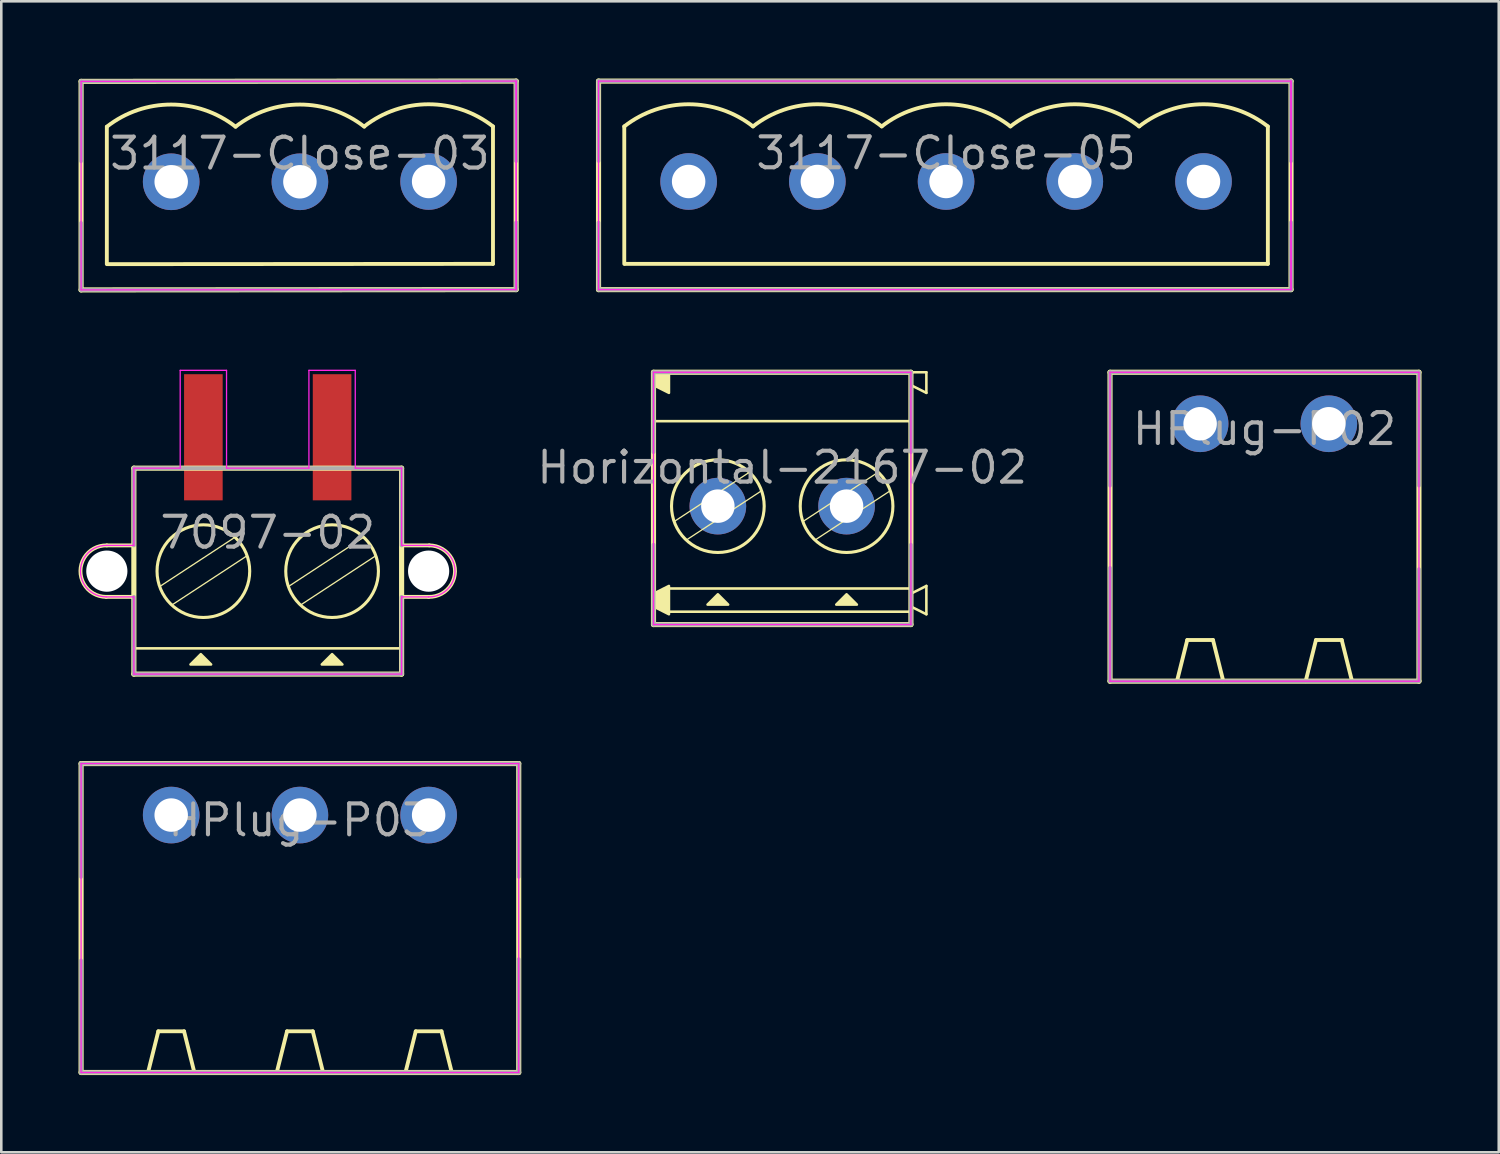
<source format=kicad_pcb>
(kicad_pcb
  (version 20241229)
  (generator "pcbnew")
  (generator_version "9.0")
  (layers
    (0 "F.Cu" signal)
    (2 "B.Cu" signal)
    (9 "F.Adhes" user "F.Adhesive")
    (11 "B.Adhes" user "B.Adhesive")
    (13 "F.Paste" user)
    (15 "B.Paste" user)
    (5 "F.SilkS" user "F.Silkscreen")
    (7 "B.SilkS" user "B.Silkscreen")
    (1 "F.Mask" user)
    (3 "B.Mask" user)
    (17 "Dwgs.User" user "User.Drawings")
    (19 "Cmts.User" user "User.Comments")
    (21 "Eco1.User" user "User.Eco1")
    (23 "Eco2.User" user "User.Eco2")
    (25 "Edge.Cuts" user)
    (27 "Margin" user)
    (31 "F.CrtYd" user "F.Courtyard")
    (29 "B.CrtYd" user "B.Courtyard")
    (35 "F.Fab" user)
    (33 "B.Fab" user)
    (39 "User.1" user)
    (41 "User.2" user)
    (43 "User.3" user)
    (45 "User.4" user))
  (footprint "3117-Close-03"
    (layer "F.Cu")
    (at 8.6 4.011)
    (property "Reference" "3117-Close-03" (at 0 -1.1 180) (layer "F.Fab") (effects (font (size 1.2 1.2) (thickness 0.16))))
    (attr through_hole)
    (fp_line (start -8.5 -3.9) (end 8.4 -3.911) (stroke (width 0.2) (type solid)) (layer "F.SilkS"))
    (fp_line (start -8.5 4.2) (end -8.5 -3.9) (stroke (width 0.2) (type solid)) (layer "F.SilkS"))
    (fp_line (start -8.5 4.2) (end 8.4 4.189) (stroke (width 0.2) (type solid)) (layer "F.SilkS"))
    (fp_line (start -7.5 3.2) (end -7.5 -2.139) (stroke (width 0.15) (type solid)) (layer "F.SilkS"))
    (fp_line (start 7.5 3.189) (end -7.47 3.2) (stroke (width 0.15) (type solid)) (layer "F.SilkS"))
    (fp_line (start 7.5 3.189) (end 7.5 -2.15) (stroke (width 0.15) (type solid)) (layer "F.SilkS"))
    (fp_line (start 8.4 4.189) (end 8.4 -3.911) (stroke (width 0.2) (type solid)) (layer "F.SilkS"))
    (fp_arc (start -7.5 -2.139212) (mid -5 -3) (end -2.5 -2.139212) (stroke (width 0.15) (type default)) (layer "F.SilkS"))
    (fp_arc (start -2.5 -2.139212) (mid 0 -3) (end 2.5 -2.139212) (stroke (width 0.15) (type default)) (layer "F.SilkS"))
    (fp_arc (start 2.5 -2.15) (mid 5 -3.010788) (end 7.5 -2.15) (stroke (width 0.15) (type default)) (layer "F.SilkS"))
    (fp_line (start -8.5 -3.9) (end -8.5 4.2) (stroke (width 0.05) (type solid)) (layer "F.CrtYd"))
    (fp_line (start -8.5 -3.9) (end 8.4 -3.911) (stroke (width 0.05) (type solid)) (layer "F.CrtYd"))
    (fp_line (start -8.5 4.2) (end 8.4 4.189) (stroke (width 0.05) (type solid)) (layer "F.CrtYd"))
    (fp_line (start 8.4 -3.911) (end 8.4 4.189) (stroke (width 0.05) (type solid)) (layer "F.CrtYd"))
    (fp_line (start 8.4 -3.911) (end 8.4 4.189) (stroke (width 0.05) (type solid)) (layer "F.CrtYd"))
    (fp_line (start -8.5 -3.9) (end -8.5 -0.8) (stroke (width 0.15) (type solid)) (layer "F.Fab"))
    (fp_line (start -8.5 -3.9) (end 8.4 -3.911) (stroke (width 0.15) (type solid)) (layer "F.Fab"))
    (fp_line (start -8.5 1.6) (end -8.5 4.2) (stroke (width 0.15) (type solid)) (layer "F.Fab"))
    (fp_line (start -8.5 4.2) (end 8.4 4.189) (stroke (width 0.15) (type solid)) (layer "F.Fab"))
    (fp_line (start 8.4 -3.911) (end 8.4 -0.811) (stroke (width 0.15) (type solid)) (layer "F.Fab"))
    (fp_line (start 8.4 -3.911) (end 8.4 -0.811) (stroke (width 0.15) (type solid)) (layer "F.Fab"))
    (fp_line (start 8.4 1.589) (end 8.4 4.189) (stroke (width 0.15) (type solid)) (layer "F.Fab"))
    (fp_line (start 8.4 1.589) (end 8.4 4.189) (stroke (width 0.15) (type solid)) (layer "F.Fab"))
    (pad "1" thru_hole circle (at -5 0) (size 2.2 2.2) (drill 1.3) (layers "*.Cu" "*.Mask"))
    (pad "2" thru_hole circle (at 0 0) (size 2.2 2.2) (drill 1.3) (layers "*.Cu" "*.Mask"))
    (pad "3" thru_hole circle (at 5 -0.011) (size 2.2 2.2) (drill 1.3) (layers "*.Cu" "*.Mask")))
  (footprint "HPlug-P02"
    (layer "F.Cu")
    (at 46.069 13.411)
    (property "Reference" "HPlug-P02" (at 0 0.2 180) (layer "F.Fab") (effects (font (size 1.2 1.2) (thickness 0.16))))
    (attr through_hole)
    (fp_line (start -6 10) (end -6 -2) (stroke (width 0.2) (type solid)) (layer "F.SilkS"))
    (fp_line (start -6 10) (end 6 10) (stroke (width 0.2) (type solid)) (layer "F.SilkS"))
    (fp_line (start -3 8.4) (end -3.4 10) (stroke (width 0.15) (type solid)) (layer "F.SilkS"))
    (fp_line (start -3 8.4) (end -2 8.4) (stroke (width 0.15) (type solid)) (layer "F.SilkS"))
    (fp_line (start -2 8.4) (end -1.6 10) (stroke (width 0.15) (type solid)) (layer "F.SilkS"))
    (fp_line (start 2 8.4) (end 1.6 10) (stroke (width 0.15) (type solid)) (layer "F.SilkS"))
    (fp_line (start 2 8.4) (end 3 8.4) (stroke (width 0.15) (type solid)) (layer "F.SilkS"))
    (fp_line (start 3 8.4) (end 3.4 10) (stroke (width 0.15) (type solid)) (layer "F.SilkS"))
    (fp_line (start 6 -2) (end -6 -2) (stroke (width 0.2) (type solid)) (layer "F.SilkS"))
    (fp_line (start 6 10) (end 6 -2) (stroke (width 0.2) (type solid)) (layer "F.SilkS"))
    (fp_line (start -6 -2) (end -6 10) (stroke (width 0.05) (type solid)) (layer "F.CrtYd"))
    (fp_line (start -6 -2) (end 6 -2) (stroke (width 0.05) (type solid)) (layer "F.CrtYd"))
    (fp_line (start -6 10) (end 6 10) (stroke (width 0.05) (type solid)) (layer "F.CrtYd"))
    (fp_line (start 6 -2) (end 6 10) (stroke (width 0.05) (type solid)) (layer "F.CrtYd"))
    (fp_line (start -6 -2) (end -6 2.4) (stroke (width 0.15) (type solid)) (layer "F.Fab"))
    (fp_line (start -6 -2) (end 6 -2) (stroke (width 0.15) (type solid)) (layer "F.Fab"))
    (fp_line (start -6 5.6) (end -6 10) (stroke (width 0.15) (type solid)) (layer "F.Fab"))
    (fp_line (start -6 10) (end 6 10) (stroke (width 0.15) (type solid)) (layer "F.Fab"))
    (fp_line (start 6 -2) (end 6 2.4) (stroke (width 0.15) (type solid)) (layer "F.Fab"))
    (fp_line (start 6 5.65) (end 6 10) (stroke (width 0.15) (type solid)) (layer "F.Fab"))
    (pad "1" thru_hole circle (at -2.5 0) (size 2.2 2.2) (drill 1.3) (layers "*.Cu" "*.Mask"))
    (pad "2" thru_hole circle (at 2.5 0) (size 2.2 2.2) (drill 1.3) (layers "*.Cu" "*.Mask")))
  (footprint "HPlug-P03"
    (layer "F.Cu")
    (at 8.6 28.611)
    (property "Reference" "HPlug-P03" (at 0 0.2 180) (layer "F.Fab") (effects (font (size 1.2 1.2) (thickness 0.16))))
    (attr through_hole)
    (fp_line (start -8.5 10) (end -8.5 -2) (stroke (width 0.2) (type solid)) (layer "F.SilkS"))
    (fp_line (start -8.5 10) (end 8.5 10) (stroke (width 0.2) (type solid)) (layer "F.SilkS"))
    (fp_line (start -5.5 8.4) (end -5.9 10) (stroke (width 0.15) (type solid)) (layer "F.SilkS"))
    (fp_line (start -5.5 8.4) (end -4.5 8.4) (stroke (width 0.15) (type solid)) (layer "F.SilkS"))
    (fp_line (start -4.5 8.4) (end -4.1 10) (stroke (width 0.15) (type solid)) (layer "F.SilkS"))
    (fp_line (start -0.5 8.4) (end -0.9 10) (stroke (width 0.15) (type solid)) (layer "F.SilkS"))
    (fp_line (start -0.5 8.4) (end 0.5 8.4) (stroke (width 0.15) (type solid)) (layer "F.SilkS"))
    (fp_line (start 0.5 8.4) (end 0.9 10) (stroke (width 0.15) (type solid)) (layer "F.SilkS"))
    (fp_line (start 4.5 8.4) (end 4.1 10) (stroke (width 0.15) (type solid)) (layer "F.SilkS"))
    (fp_line (start 4.5 8.4) (end 5.5 8.4) (stroke (width 0.15) (type solid)) (layer "F.SilkS"))
    (fp_line (start 5.5 8.4) (end 5.9 10) (stroke (width 0.15) (type solid)) (layer "F.SilkS"))
    (fp_line (start 8.5 -2) (end -8.5 -2) (stroke (width 0.2) (type solid)) (layer "F.SilkS"))
    (fp_line (start 8.5 10) (end 8.5 -2) (stroke (width 0.2) (type solid)) (layer "F.SilkS"))
    (fp_line (start -8.5 -2) (end -8.5 10) (stroke (width 0.05) (type solid)) (layer "F.CrtYd"))
    (fp_line (start -8.5 -2) (end 8.5 -2) (stroke (width 0.05) (type solid)) (layer "F.CrtYd"))
    (fp_line (start -8.5 10) (end 8.5 10) (stroke (width 0.05) (type solid)) (layer "F.CrtYd"))
    (fp_line (start 8.5 -2) (end 8.5 10) (stroke (width 0.05) (type solid)) (layer "F.CrtYd"))
    (fp_line (start -8.5 -2) (end -8.5 2.4) (stroke (width 0.15) (type solid)) (layer "F.Fab"))
    (fp_line (start -8.5 -2) (end 8.5 -2) (stroke (width 0.15) (type solid)) (layer "F.Fab"))
    (fp_line (start -8.5 5.65) (end -8.5 10) (stroke (width 0.15) (type solid)) (layer "F.Fab"))
    (fp_line (start -8.5 10) (end 8.5 10) (stroke (width 0.15) (type solid)) (layer "F.Fab"))
    (fp_line (start 8.5 -2) (end 8.5 2.4) (stroke (width 0.15) (type solid)) (layer "F.Fab"))
    (fp_line (start 8.5 5.6) (end 8.5 10) (stroke (width 0.15) (type solid)) (layer "F.Fab"))
    (pad "1" thru_hole circle (at -5 0) (size 2.2 2.2) (drill 1.3) (layers "*.Cu" "*.Mask"))
    (pad "2" thru_hole circle (at 0 0) (size 2.2 2.2) (drill 1.3) (layers "*.Cu" "*.Mask"))
    (pad "3" thru_hole circle (at 5 0) (size 2.2 2.2) (drill 1.3) (layers "*.Cu" "*.Mask")))
  (footprint "3117-Close-05"
    (layer "F.Cu")
    (at 33.7 4)
    (property "Reference" "3117-Close-05" (at 0 -1.1 180) (layer "F.Fab") (effects (font (size 1.2 1.2) (thickness 0.16))))
    (attr through_hole)
    (fp_line (start -13.5 -3.9) (end 13.4 -3.9) (stroke (width 0.2) (type solid)) (layer "F.SilkS"))
    (fp_line (start -13.5 4.2) (end -13.5 -3.9) (stroke (width 0.2) (type solid)) (layer "F.SilkS"))
    (fp_line (start -13.5 4.2) (end 13.4 4.2) (stroke (width 0.2) (type solid)) (layer "F.SilkS"))
    (fp_line (start -12.5 3.2) (end -12.5 -2.139) (stroke (width 0.15) (type solid)) (layer "F.SilkS"))
    (fp_line (start 12.5 3.2) (end -12.47 3.2) (stroke (width 0.15) (type solid)) (layer "F.SilkS"))
    (fp_line (start 12.5 3.2) (end 12.5 -2.139) (stroke (width 0.15) (type solid)) (layer "F.SilkS"))
    (fp_line (start 13.4 4.2) (end 13.4 -3.9) (stroke (width 0.2) (type solid)) (layer "F.SilkS"))
    (fp_arc (start -12.5 -2.139212) (mid -10 -3) (end -7.5 -2.139212) (stroke (width 0.15) (type default)) (layer "F.SilkS"))
    (fp_arc (start -7.5 -2.139212) (mid -5 -3) (end -2.5 -2.139212) (stroke (width 0.15) (type default)) (layer "F.SilkS"))
    (fp_arc (start -2.5 -2.139212) (mid 0 -3) (end 2.5 -2.139212) (stroke (width 0.15) (type default)) (layer "F.SilkS"))
    (fp_arc (start 2.5 -2.139212) (mid 5 -3) (end 7.5 -2.139212) (stroke (width 0.15) (type default)) (layer "F.SilkS"))
    (fp_arc (start 7.5 -2.139212) (mid 10 -3) (end 12.5 -2.139212) (stroke (width 0.15) (type default)) (layer "F.SilkS"))
    (fp_line (start -13.5 -3.9) (end -13.5 4.2) (stroke (width 0.05) (type solid)) (layer "F.CrtYd"))
    (fp_line (start -13.5 -3.9) (end 13.4 -3.9) (stroke (width 0.05) (type solid)) (layer "F.CrtYd"))
    (fp_line (start -13.5 4.2) (end 13.4 4.2) (stroke (width 0.05) (type solid)) (layer "F.CrtYd"))
    (fp_line (start 13.4 -3.9) (end 13.4 4.2) (stroke (width 0.05) (type solid)) (layer "F.CrtYd"))
    (fp_line (start 13.4 -3.9) (end 13.4 4.2) (stroke (width 0.05) (type solid)) (layer "F.CrtYd"))
    (fp_line (start -13.5 -3.9) (end -13.5 -0.8) (stroke (width 0.15) (type solid)) (layer "F.Fab"))
    (fp_line (start -13.5 -3.9) (end 13.4 -3.9) (stroke (width 0.15) (type solid)) (layer "F.Fab"))
    (fp_line (start -13.5 1.6) (end -13.5 4.2) (stroke (width 0.15) (type solid)) (layer "F.Fab"))
    (fp_line (start -13.5 4.2) (end 13.4 4.2) (stroke (width 0.15) (type solid)) (layer "F.Fab"))
    (fp_line (start 13.4 -3.9) (end 13.4 -0.8) (stroke (width 0.15) (type solid)) (layer "F.Fab"))
    (fp_line (start 13.4 -3.9) (end 13.4 -0.8) (stroke (width 0.15) (type solid)) (layer "F.Fab"))
    (fp_line (start 13.4 1.6) (end 13.4 4.2) (stroke (width 0.15) (type solid)) (layer "F.Fab"))
    (fp_line (start 13.4 1.6) (end 13.4 4.2) (stroke (width 0.15) (type solid)) (layer "F.Fab"))
    (pad "1" thru_hole circle (at -10 0) (size 2.2 2.2) (drill 1.3) (layers "*.Cu" "*.Mask"))
    (pad "2" thru_hole circle (at -5 0) (size 2.2 2.2) (drill 1.3) (layers "*.Cu" "*.Mask"))
    (pad "3" thru_hole circle (at 0 0) (size 2.2 2.2) (drill 1.3) (layers "*.Cu" "*.Mask"))
    (pad "4" thru_hole circle (at 5 0) (size 2.2 2.2) (drill 1.3) (layers "*.Cu" "*.Mask"))
    (pad "5" thru_hole circle (at 10 0) (size 2.2 2.2) (drill 1.3) (layers "*.Cu" "*.Mask")))
  (footprint "Horizontal-2167-02"
    (layer "F.Cu")
    (at 27.335 16.611)
    (property "Reference" "Horizontal-2167-02" (at 0 -1.5 180) (layer "F.Fab") (effects (font (size 1.2 1.2) (thickness 0.16))))
    (attr through_hole)
    (fp_line (start -5 -5.2) (end -5 4.6) (stroke (width 0.2) (type solid)) (layer "F.SilkS"))
    (fp_line (start -5 -5.2) (end 5 -5.2) (stroke (width 0.2) (type solid)) (layer "F.SilkS"))
    (fp_line (start -5 -3.3) (end 5 -3.3) (stroke (width 0.1) (type solid)) (layer "F.SilkS"))
    (fp_line (start -5 4.6) (end 5 4.6) (stroke (width 0.2) (type solid)) (layer "F.SilkS"))
    (fp_line (start -4.2 0.6) (end -1.3 -1.3) (stroke (width 0.05) (type solid)) (layer "F.SilkS"))
    (fp_line (start -3.7 1.3) (end -0.8 -0.6) (stroke (width 0.05) (type solid)) (layer "F.SilkS"))
    (fp_line (start 0.8 0.6) (end 3.7 -1.3) (stroke (width 0.05) (type solid)) (layer "F.SilkS"))
    (fp_line (start 1.3 1.3) (end 4.2 -0.6) (stroke (width 0.05) (type solid)) (layer "F.SilkS"))
    (fp_line (start 5 -5.2) (end 5 4.6) (stroke (width 0.2) (type solid)) (layer "F.SilkS"))
    (fp_line (start 5 -4.7) (end 5.6 -4.4) (stroke (width 0.1) (type solid)) (layer "F.SilkS"))
    (fp_line (start 5 3.2) (end -4.4 3.2) (stroke (width 0.1) (type solid)) (layer "F.SilkS"))
    (fp_line (start 5 3.9) (end 5.6 4.2) (stroke (width 0.1) (type solid)) (layer "F.SilkS"))
    (fp_line (start 5 4.1) (end -4.4 4.1) (stroke (width 0.1) (type solid)) (layer "F.SilkS"))
    (fp_line (start 5.6 -5.2) (end 5 -5.2) (stroke (width 0.1) (type solid)) (layer "F.SilkS"))
    (fp_line (start 5.6 -4.4) (end 5.6 -5.2) (stroke (width 0.1) (type solid)) (layer "F.SilkS"))
    (fp_line (start 5.6 3.1) (end 5 3.4) (stroke (width 0.1) (type solid)) (layer "F.SilkS"))
    (fp_line (start 5.6 4.2) (end 5.6 3.1) (stroke (width 0.1) (type solid)) (layer "F.SilkS"))
    (fp_circle (center -2.5 0) (end -0.7 0) (stroke (width 0.12) (type solid)) (fill no) (layer "F.SilkS"))
    (fp_circle (center 2.5 0) (end 4.3 0) (stroke (width 0.12) (type solid)) (fill no) (layer "F.SilkS"))
    (fp_poly (pts (xy -2.1 3.825) (xy -2.9 3.825) (xy -2.5 3.425)) (stroke (width 0.1) (type solid)) (fill yes) (layer "F.SilkS"))
    (fp_poly (pts (xy 2.9 3.825) (xy 2.1 3.825) (xy 2.5 3.425)) (stroke (width 0.1) (type solid)) (fill yes) (layer "F.SilkS"))
    (fp_poly (pts (xy -4.4 -4.4) (xy -5 -4.7) (xy -5 -5.2) (xy -4.4 -5.2)) (stroke (width 0.1) (type solid)) (fill yes) (layer "F.SilkS"))
    (fp_poly (pts (xy -4.4 4.2) (xy -5 3.9) (xy -5 3.4) (xy -4.4 3.1)) (stroke (width 0.1) (type solid)) (fill yes) (layer "F.SilkS"))
    (fp_line (start -5 -5.2) (end -5 4.6) (stroke (width 0.05) (type solid)) (layer "F.CrtYd"))
    (fp_line (start -5 -5.2) (end 5 -5.2) (stroke (width 0.05) (type solid)) (layer "F.CrtYd"))
    (fp_line (start -5 4.6) (end 5 4.6) (stroke (width 0.05) (type solid)) (layer "F.CrtYd"))
    (fp_line (start 5 -5.2) (end 5 4.6) (stroke (width 0.05) (type solid)) (layer "F.CrtYd"))
    (fp_line (start -5 -5.2) (end -5 -2.1) (stroke (width 0.15) (type solid)) (layer "F.Fab"))
    (fp_line (start -5 -5.2) (end 5 -5.2) (stroke (width 0.15) (type solid)) (layer "F.Fab"))
    (fp_line (start -5 1.5) (end -5 4.6) (stroke (width 0.15) (type solid)) (layer "F.Fab"))
    (fp_line (start -5 4.6) (end 5 4.6) (stroke (width 0.15) (type solid)) (layer "F.Fab"))
    (fp_line (start 5 -5.2) (end 5 -2.1) (stroke (width 0.15) (type solid)) (layer "F.Fab"))
    (fp_line (start 5 1.5) (end 5 4.6) (stroke (width 0.15) (type solid)) (layer "F.Fab"))
    (pad "1" thru_hole circle (at -2.5 0) (size 2.2 2.2) (drill 1.3) (layers "*.Cu" "*.Mask"))
    (pad "2" thru_hole circle (at 2.5 0) (size 2.2 2.2) (drill 1.3) (layers "*.Cu" "*.Mask")))
  (footprint "7097-02"
    (layer "F.Cu")
    (at 7.35 19.136)
    (property "Reference" "7097-02" (at 0 -1.5 180) (layer "F.Fab") (effects (font (size 1.2 1.2) (thickness 0.16))))
    (attr through_hole)
    (fp_line (start -6.275 1) (end -5.2 1) (stroke (width 0.15) (type solid)) (layer "F.SilkS"))
    (fp_line (start -6.25 -1) (end -5.2 -1) (stroke (width 0.15) (type solid)) (layer "F.SilkS"))
    (fp_line (start -5.2 -4) (end -5.2 4) (stroke (width 0.2) (type solid)) (layer "F.SilkS"))
    (fp_line (start -5.2 -4) (end 5.2 -4) (stroke (width 0.2) (type solid)) (layer "F.SilkS"))
    (fp_line (start -5.2 4) (end 5.2 4) (stroke (width 0.2) (type solid)) (layer "F.SilkS"))
    (fp_line (start -4.2 0.6) (end -1.3 -1.3) (stroke (width 0.05) (type solid)) (layer "F.SilkS"))
    (fp_line (start -3.7 1.3) (end -0.8 -0.6) (stroke (width 0.05) (type solid)) (layer "F.SilkS"))
    (fp_line (start 0.8 0.6) (end 3.7 -1.3) (stroke (width 0.05) (type solid)) (layer "F.SilkS"))
    (fp_line (start 1.3 1.3) (end 4.2 -0.6) (stroke (width 0.05) (type solid)) (layer "F.SilkS"))
    (fp_line (start 5.2 -4) (end 5.2 4) (stroke (width 0.2) (type solid)) (layer "F.SilkS"))
    (fp_line (start 5.2 3) (end -5.2 3) (stroke (width 0.1) (type solid)) (layer "F.SilkS"))
    (fp_line (start 6.25 1) (end 5.2 1) (stroke (width 0.15) (type solid)) (layer "F.SilkS"))
    (fp_line (start 6.275 -1) (end 5.2 -1) (stroke (width 0.15) (type solid)) (layer "F.SilkS"))
    (fp_arc (start -6.275559 1.000312) (mid -7.275231 -0.01278) (end -6.250001 -1) (stroke (width 0.15) (type solid)) (layer "F.SilkS"))
    (fp_arc (start 6.275559 -1.000312) (mid 7.275231 0.01278) (end 6.250001 1) (stroke (width 0.15) (type solid)) (layer "F.SilkS"))
    (fp_circle (center -2.5 0) (end -0.7 0) (stroke (width 0.12) (type solid)) (fill no) (layer "F.SilkS"))
    (fp_circle (center 2.5 0) (end 4.3 0) (stroke (width 0.12) (type solid)) (fill no) (layer "F.SilkS"))
    (fp_poly (pts (xy -2.2 3.625) (xy -3 3.625) (xy -2.6 3.225)) (stroke (width 0.1) (type solid)) (fill yes) (layer "F.SilkS"))
    (fp_poly (pts (xy 2.9 3.625) (xy 2.1 3.625) (xy 2.5 3.225)) (stroke (width 0.1) (type solid)) (fill yes) (layer "F.SilkS"))
    (fp_line (start -6.275 1) (end -5.2 1) (stroke (width 0.05) (type solid)) (layer "F.CrtYd"))
    (fp_line (start -6.25 -1) (end -5.2 -1) (stroke (width 0.05) (type solid)) (layer "F.CrtYd"))
    (fp_line (start -5.2 -4) (end -5.2 -1) (stroke (width 0.05) (type solid)) (layer "F.CrtYd"))
    (fp_line (start -5.2 -4) (end -3.4 -4) (stroke (width 0.05) (type solid)) (layer "F.CrtYd"))
    (fp_line (start -5.2 1) (end -5.2 4) (stroke (width 0.05) (type solid)) (layer "F.CrtYd"))
    (fp_line (start -5.2 4) (end 5.2 4) (stroke (width 0.05) (type solid)) (layer "F.CrtYd"))
    (fp_line (start -3.4 -7.8) (end -1.6 -7.8) (stroke (width 0.05) (type solid)) (layer "F.CrtYd"))
    (fp_line (start -3.4 -4) (end -3.4 -7.8) (stroke (width 0.05) (type solid)) (layer "F.CrtYd"))
    (fp_line (start -1.6 -4) (end -1.6 -7.8) (stroke (width 0.05) (type solid)) (layer "F.CrtYd"))
    (fp_line (start -1.6 -4) (end 1.6 -4) (stroke (width 0.05) (type solid)) (layer "F.CrtYd"))
    (fp_line (start 1.6 -7.8) (end 3.4 -7.8) (stroke (width 0.05) (type solid)) (layer "F.CrtYd"))
    (fp_line (start 1.6 -4) (end 1.6 -7.8) (stroke (width 0.05) (type solid)) (layer "F.CrtYd"))
    (fp_line (start 3.4 -4) (end 3.4 -7.8) (stroke (width 0.05) (type solid)) (layer "F.CrtYd"))
    (fp_line (start 3.4 -4) (end 5.2 -4) (stroke (width 0.05) (type solid)) (layer "F.CrtYd"))
    (fp_line (start 5.2 -4) (end 5.2 -1) (stroke (width 0.05) (type solid)) (layer "F.CrtYd"))
    (fp_line (start 5.2 1) (end 5.2 4) (stroke (width 0.05) (type solid)) (layer "F.CrtYd"))
    (fp_line (start 6.25 1) (end 5.2 1) (stroke (width 0.05) (type solid)) (layer "F.CrtYd"))
    (fp_line (start 6.275 -1) (end 5.2 -1) (stroke (width 0.05) (type solid)) (layer "F.CrtYd"))
    (fp_arc (start -6.275 1.000312) (mid -7.275234 -0.0125) (end -6.250001 -1) (stroke (width 0.05) (type solid)) (layer "F.CrtYd"))
    (fp_arc (start 6.275 -1.000312) (mid 7.275234 0.0125) (end 6.250001 1) (stroke (width 0.05) (type solid)) (layer "F.CrtYd"))
    (fp_line (start -5.2 -4) (end -5.2 -1) (stroke (width 0.15) (type solid)) (layer "F.Fab"))
    (fp_line (start -5.2 -4) (end 5.2 -4) (stroke (width 0.15) (type solid)) (layer "F.Fab"))
    (fp_line (start -5.2 1) (end -5.2 4) (stroke (width 0.15) (type solid)) (layer "F.Fab"))
    (fp_line (start -5.2 4) (end 5.2 4) (stroke (width 0.15) (type solid)) (layer "F.Fab"))
    (fp_line (start 5.2 -4) (end 5.2 -1) (stroke (width 0.15) (type solid)) (layer "F.Fab"))
    (fp_line (start 5.2 1) (end 5.2 4) (stroke (width 0.15) (type solid)) (layer "F.Fab"))
    (pad "" np_thru_hole circle (at -6.25 0) (size 1.6 1.6) (drill 1.6) (layers "*.Cu" "*.Mask"))
    (pad "" np_thru_hole circle (at 6.25 0) (size 1.6 1.6) (drill 1.6) (layers "*.Cu" "*.Mask"))
    (pad "1" smd rect (at -2.5 -5.2) (size 1.5 4.9) (layers "F.Cu" "F.Mask" "F.Paste"))
    (pad "2" smd rect (at 2.5 -5.2) (size 1.5 4.9) (layers "F.Cu" "F.Mask" "F.Paste")))
  (gr_rect
    (start -3 -3)
    (end 55.169 41.711)
    (stroke (width 0.1) (type default))
    (fill no)
    (layer "Edge.Cuts")))
</source>
